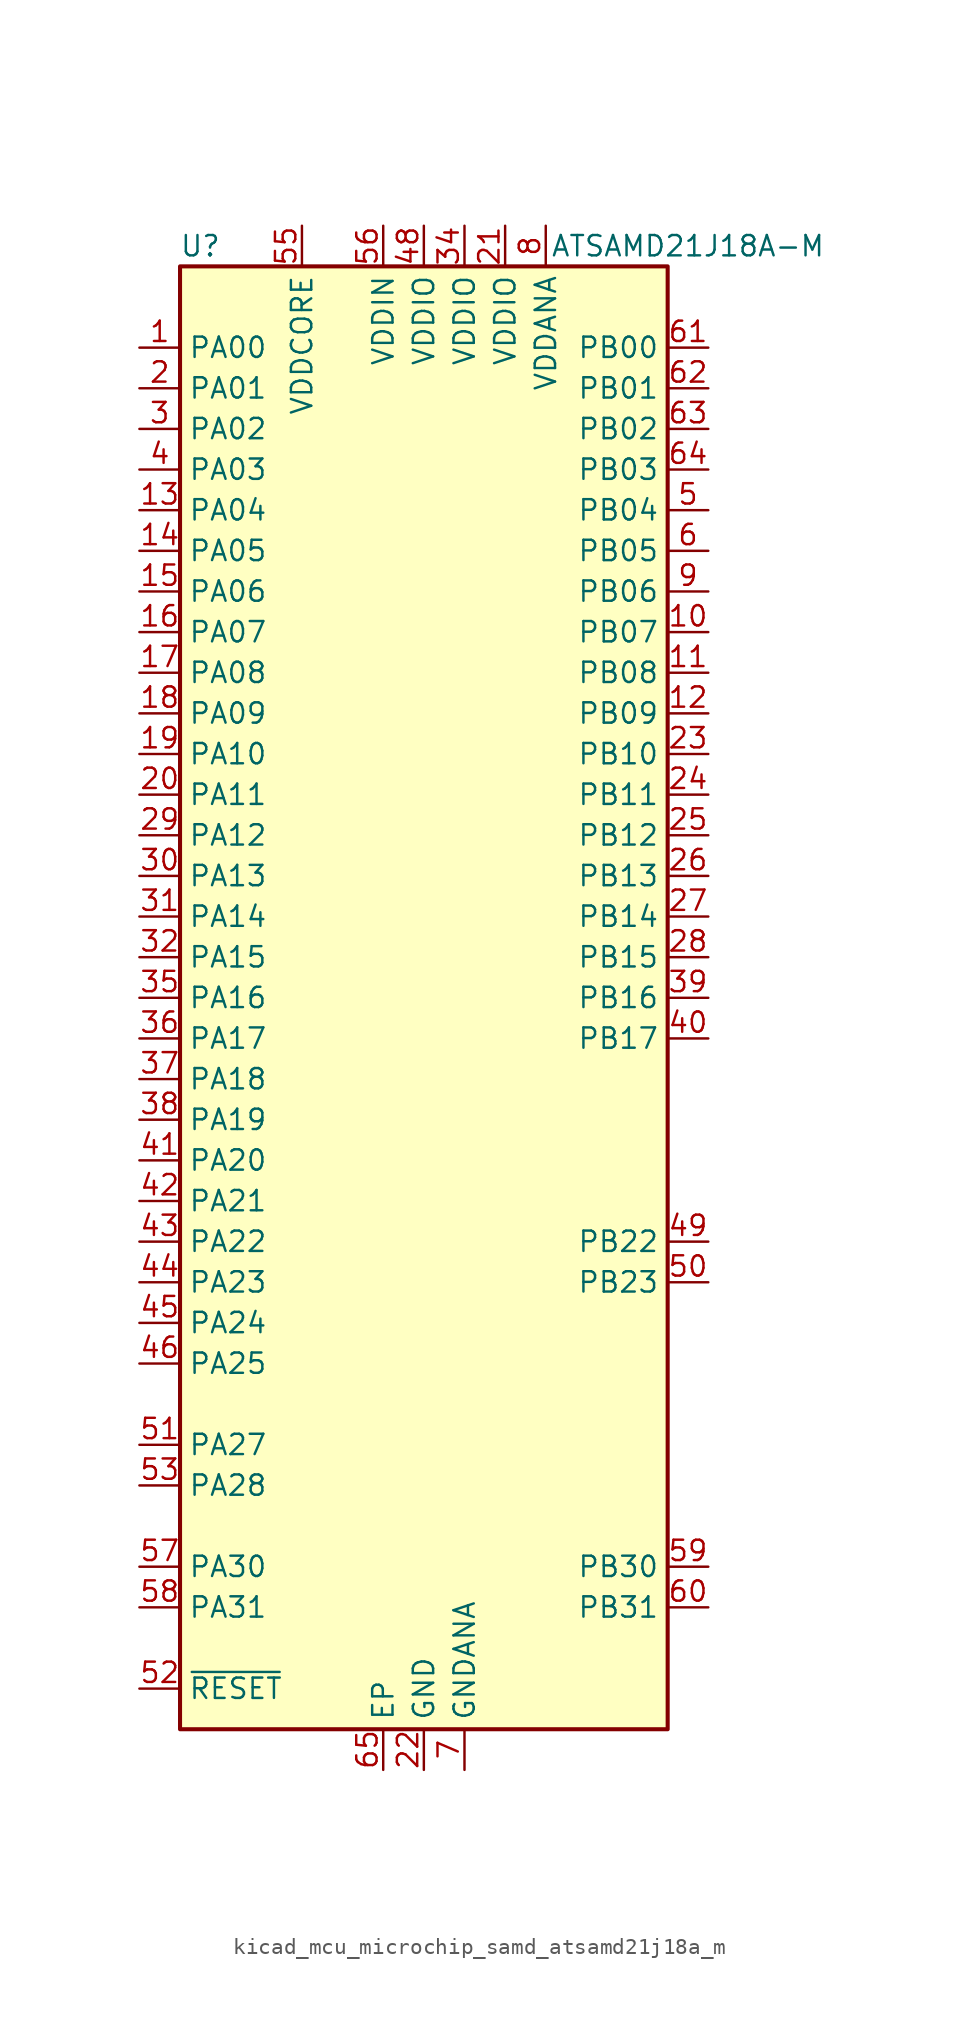
<source format=kicad_sym>
(kicad_symbol_lib
  (version 20220914)
  (generator kicad_symbol_editor)
  (symbol "kicad_mcu_microchip_samd_atsamd21j18a_m"
    (property "Reference" "U"
      (at -13.97 46.99 0)
      (effects (font (size 1.27 1.27))))
    (property "Value" "ATSAMD21J18A-M"
      (at 16.51 46.99 0)
      (effects (font (size 1.27 1.27))))
    (symbol "kicad_mcu_microchip_samd_atsamd21j18a_m_0_1"
      (rectangle (start -15.24 45.72) (end 15.24 -45.72) (stroke (width 0.254) (type default)) (fill (type background))))
    (symbol "kicad_mcu_microchip_samd_atsamd21j18a_m_1_1"
      (pin bidirectional line (at -17.78 40.64 0) (length 2.54) (name "PA00" (effects (font (size 1.27 1.27)))) (number "1" (effects (font (size 1.27 1.27)))))
      (pin bidirectional line (at 17.78 22.86 180) (length 2.54) (name "PB07" (effects (font (size 1.27 1.27)))) (number "10" (effects (font (size 1.27 1.27)))))
      (pin bidirectional line (at 17.78 20.32 180) (length 2.54) (name "PB08" (effects (font (size 1.27 1.27)))) (number "11" (effects (font (size 1.27 1.27)))))
      (pin bidirectional line (at 17.78 17.78 180) (length 2.54) (name "PB09" (effects (font (size 1.27 1.27)))) (number "12" (effects (font (size 1.27 1.27)))))
      (pin bidirectional line (at -17.78 30.48 0) (length 2.54) (name "PA04" (effects (font (size 1.27 1.27)))) (number "13" (effects (font (size 1.27 1.27)))))
      (pin bidirectional line (at -17.78 27.94 0) (length 2.54) (name "PA05" (effects (font (size 1.27 1.27)))) (number "14" (effects (font (size 1.27 1.27)))))
      (pin bidirectional line (at -17.78 25.4 0) (length 2.54) (name "PA06" (effects (font (size 1.27 1.27)))) (number "15" (effects (font (size 1.27 1.27)))))
      (pin bidirectional line (at -17.78 22.86 0) (length 2.54) (name "PA07" (effects (font (size 1.27 1.27)))) (number "16" (effects (font (size 1.27 1.27)))))
      (pin bidirectional line (at -17.78 20.32 0) (length 2.54) (name "PA08" (effects (font (size 1.27 1.27)))) (number "17" (effects (font (size 1.27 1.27)))))
      (pin bidirectional line (at -17.78 17.78 0) (length 2.54) (name "PA09" (effects (font (size 1.27 1.27)))) (number "18" (effects (font (size 1.27 1.27)))))
      (pin bidirectional line (at -17.78 15.24 0) (length 2.54) (name "PA10" (effects (font (size 1.27 1.27)))) (number "19" (effects (font (size 1.27 1.27)))))
      (pin bidirectional line (at -17.78 38.1 0) (length 2.54) (name "PA01" (effects (font (size 1.27 1.27)))) (number "2" (effects (font (size 1.27 1.27)))))
      (pin bidirectional line (at -17.78 12.7 0) (length 2.54) (name "PA11" (effects (font (size 1.27 1.27)))) (number "20" (effects (font (size 1.27 1.27)))))
      (pin power_in line (at 5.08 48.26 270) (length 2.54) (name "VDDIO" (effects (font (size 1.27 1.27)))) (number "21" (effects (font (size 1.27 1.27)))))
      (pin power_in line (at 0 -48.26 90) (length 2.54) (name "GND" (effects (font (size 1.27 1.27)))) (number "22" (effects (font (size 1.27 1.27)))))
      (pin bidirectional line (at 17.78 15.24 180) (length 2.54) (name "PB10" (effects (font (size 1.27 1.27)))) (number "23" (effects (font (size 1.27 1.27)))))
      (pin bidirectional line (at 17.78 12.7 180) (length 2.54) (name "PB11" (effects (font (size 1.27 1.27)))) (number "24" (effects (font (size 1.27 1.27)))))
      (pin bidirectional line (at 17.78 10.16 180) (length 2.54) (name "PB12" (effects (font (size 1.27 1.27)))) (number "25" (effects (font (size 1.27 1.27)))))
      (pin bidirectional line (at 17.78 7.62 180) (length 2.54) (name "PB13" (effects (font (size 1.27 1.27)))) (number "26" (effects (font (size 1.27 1.27)))))
      (pin bidirectional line (at 17.78 5.08 180) (length 2.54) (name "PB14" (effects (font (size 1.27 1.27)))) (number "27" (effects (font (size 1.27 1.27)))))
      (pin bidirectional line (at 17.78 2.54 180) (length 2.54) (name "PB15" (effects (font (size 1.27 1.27)))) (number "28" (effects (font (size 1.27 1.27)))))
      (pin bidirectional line (at -17.78 10.16 0) (length 2.54) (name "PA12" (effects (font (size 1.27 1.27)))) (number "29" (effects (font (size 1.27 1.27)))))
      (pin bidirectional line (at -17.78 35.56 0) (length 2.54) (name "PA02" (effects (font (size 1.27 1.27)))) (number "3" (effects (font (size 1.27 1.27)))))
      (pin bidirectional line (at -17.78 7.62 0) (length 2.54) (name "PA13" (effects (font (size 1.27 1.27)))) (number "30" (effects (font (size 1.27 1.27)))))
      (pin bidirectional line (at -17.78 5.08 0) (length 2.54) (name "PA14" (effects (font (size 1.27 1.27)))) (number "31" (effects (font (size 1.27 1.27)))))
      (pin bidirectional line (at -17.78 2.54 0) (length 2.54) (name "PA15" (effects (font (size 1.27 1.27)))) (number "32" (effects (font (size 1.27 1.27)))))
      (pin passive line (at 0 -48.26 90) (length 2.54) hide (name "GND" (effects (font (size 1.27 1.27)))) (number "33" (effects (font (size 1.27 1.27)))))
      (pin power_in line (at 2.54 48.26 270) (length 2.54) (name "VDDIO" (effects (font (size 1.27 1.27)))) (number "34" (effects (font (size 1.27 1.27)))))
      (pin bidirectional line (at -17.78 0 0) (length 2.54) (name "PA16" (effects (font (size 1.27 1.27)))) (number "35" (effects (font (size 1.27 1.27)))))
      (pin bidirectional line (at -17.78 -2.54 0) (length 2.54) (name "PA17" (effects (font (size 1.27 1.27)))) (number "36" (effects (font (size 1.27 1.27)))))
      (pin bidirectional line (at -17.78 -5.08 0) (length 2.54) (name "PA18" (effects (font (size 1.27 1.27)))) (number "37" (effects (font (size 1.27 1.27)))))
      (pin bidirectional line (at -17.78 -7.62 0) (length 2.54) (name "PA19" (effects (font (size 1.27 1.27)))) (number "38" (effects (font (size 1.27 1.27)))))
      (pin bidirectional line (at 17.78 0 180) (length 2.54) (name "PB16" (effects (font (size 1.27 1.27)))) (number "39" (effects (font (size 1.27 1.27)))))
      (pin bidirectional line (at -17.78 33.02 0) (length 2.54) (name "PA03" (effects (font (size 1.27 1.27)))) (number "4" (effects (font (size 1.27 1.27)))))
      (pin bidirectional line (at 17.78 -2.54 180) (length 2.54) (name "PB17" (effects (font (size 1.27 1.27)))) (number "40" (effects (font (size 1.27 1.27)))))
      (pin bidirectional line (at -17.78 -10.16 0) (length 2.54) (name "PA20" (effects (font (size 1.27 1.27)))) (number "41" (effects (font (size 1.27 1.27)))))
      (pin bidirectional line (at -17.78 -12.7 0) (length 2.54) (name "PA21" (effects (font (size 1.27 1.27)))) (number "42" (effects (font (size 1.27 1.27)))))
      (pin bidirectional line (at -17.78 -15.24 0) (length 2.54) (name "PA22" (effects (font (size 1.27 1.27)))) (number "43" (effects (font (size 1.27 1.27)))))
      (pin bidirectional line (at -17.78 -17.78 0) (length 2.54) (name "PA23" (effects (font (size 1.27 1.27)))) (number "44" (effects (font (size 1.27 1.27)))))
      (pin bidirectional line (at -17.78 -20.32 0) (length 2.54) (name "PA24" (effects (font (size 1.27 1.27)))) (number "45" (effects (font (size 1.27 1.27)))))
      (pin bidirectional line (at -17.78 -22.86 0) (length 2.54) (name "PA25" (effects (font (size 1.27 1.27)))) (number "46" (effects (font (size 1.27 1.27)))))
      (pin passive line (at 0 -48.26 90) (length 2.54) hide (name "GND" (effects (font (size 1.27 1.27)))) (number "47" (effects (font (size 1.27 1.27)))))
      (pin power_in line (at 0 48.26 270) (length 2.54) (name "VDDIO" (effects (font (size 1.27 1.27)))) (number "48" (effects (font (size 1.27 1.27)))))
      (pin bidirectional line (at 17.78 -15.24 180) (length 2.54) (name "PB22" (effects (font (size 1.27 1.27)))) (number "49" (effects (font (size 1.27 1.27)))))
      (pin bidirectional line (at 17.78 30.48 180) (length 2.54) (name "PB04" (effects (font (size 1.27 1.27)))) (number "5" (effects (font (size 1.27 1.27)))))
      (pin bidirectional line (at 17.78 -17.78 180) (length 2.54) (name "PB23" (effects (font (size 1.27 1.27)))) (number "50" (effects (font (size 1.27 1.27)))))
      (pin bidirectional line (at -17.78 -27.94 0) (length 2.54) (name "PA27" (effects (font (size 1.27 1.27)))) (number "51" (effects (font (size 1.27 1.27)))))
      (pin input line (at -17.78 -43.18 0) (length 2.54) (name "~{RESET}" (effects (font (size 1.27 1.27)))) (number "52" (effects (font (size 1.27 1.27)))))
      (pin bidirectional line (at -17.78 -30.48 0) (length 2.54) (name "PA28" (effects (font (size 1.27 1.27)))) (number "53" (effects (font (size 1.27 1.27)))))
      (pin passive line (at 0 -48.26 90) (length 2.54) hide (name "GND" (effects (font (size 1.27 1.27)))) (number "54" (effects (font (size 1.27 1.27)))))
      (pin power_out line (at -7.62 48.26 270) (length 2.54) (name "VDDCORE" (effects (font (size 1.27 1.27)))) (number "55" (effects (font (size 1.27 1.27)))))
      (pin power_in line (at -2.54 48.26 270) (length 2.54) (name "VDDIN" (effects (font (size 1.27 1.27)))) (number "56" (effects (font (size 1.27 1.27)))))
      (pin bidirectional line (at -17.78 -35.56 0) (length 2.54) (name "PA30" (effects (font (size 1.27 1.27)))) (number "57" (effects (font (size 1.27 1.27)))))
      (pin bidirectional line (at -17.78 -38.1 0) (length 2.54) (name "PA31" (effects (font (size 1.27 1.27)))) (number "58" (effects (font (size 1.27 1.27)))))
      (pin bidirectional line (at 17.78 -35.56 180) (length 2.54) (name "PB30" (effects (font (size 1.27 1.27)))) (number "59" (effects (font (size 1.27 1.27)))))
      (pin bidirectional line (at 17.78 27.94 180) (length 2.54) (name "PB05" (effects (font (size 1.27 1.27)))) (number "6" (effects (font (size 1.27 1.27)))))
      (pin bidirectional line (at 17.78 -38.1 180) (length 2.54) (name "PB31" (effects (font (size 1.27 1.27)))) (number "60" (effects (font (size 1.27 1.27)))))
      (pin bidirectional line (at 17.78 40.64 180) (length 2.54) (name "PB00" (effects (font (size 1.27 1.27)))) (number "61" (effects (font (size 1.27 1.27)))))
      (pin bidirectional line (at 17.78 38.1 180) (length 2.54) (name "PB01" (effects (font (size 1.27 1.27)))) (number "62" (effects (font (size 1.27 1.27)))))
      (pin bidirectional line (at 17.78 35.56 180) (length 2.54) (name "PB02" (effects (font (size 1.27 1.27)))) (number "63" (effects (font (size 1.27 1.27)))))
      (pin bidirectional line (at 17.78 33.02 180) (length 2.54) (name "PB03" (effects (font (size 1.27 1.27)))) (number "64" (effects (font (size 1.27 1.27)))))
      (pin passive line (at -2.54 -48.26 90) (length 2.54) (name "EP" (effects (font (size 1.27 1.27)))) (number "65" (effects (font (size 1.27 1.27)))))
      (pin power_in line (at 2.54 -48.26 90) (length 2.54) (name "GNDANA" (effects (font (size 1.27 1.27)))) (number "7" (effects (font (size 1.27 1.27)))))
      (pin power_in line (at 7.62 48.26 270) (length 2.54) (name "VDDANA" (effects (font (size 1.27 1.27)))) (number "8" (effects (font (size 1.27 1.27)))))
      (pin bidirectional line (at 17.78 25.4 180) (length 2.54) (name "PB06" (effects (font (size 1.27 1.27)))) (number "9" (effects (font (size 1.27 1.27))))))))
</source>
